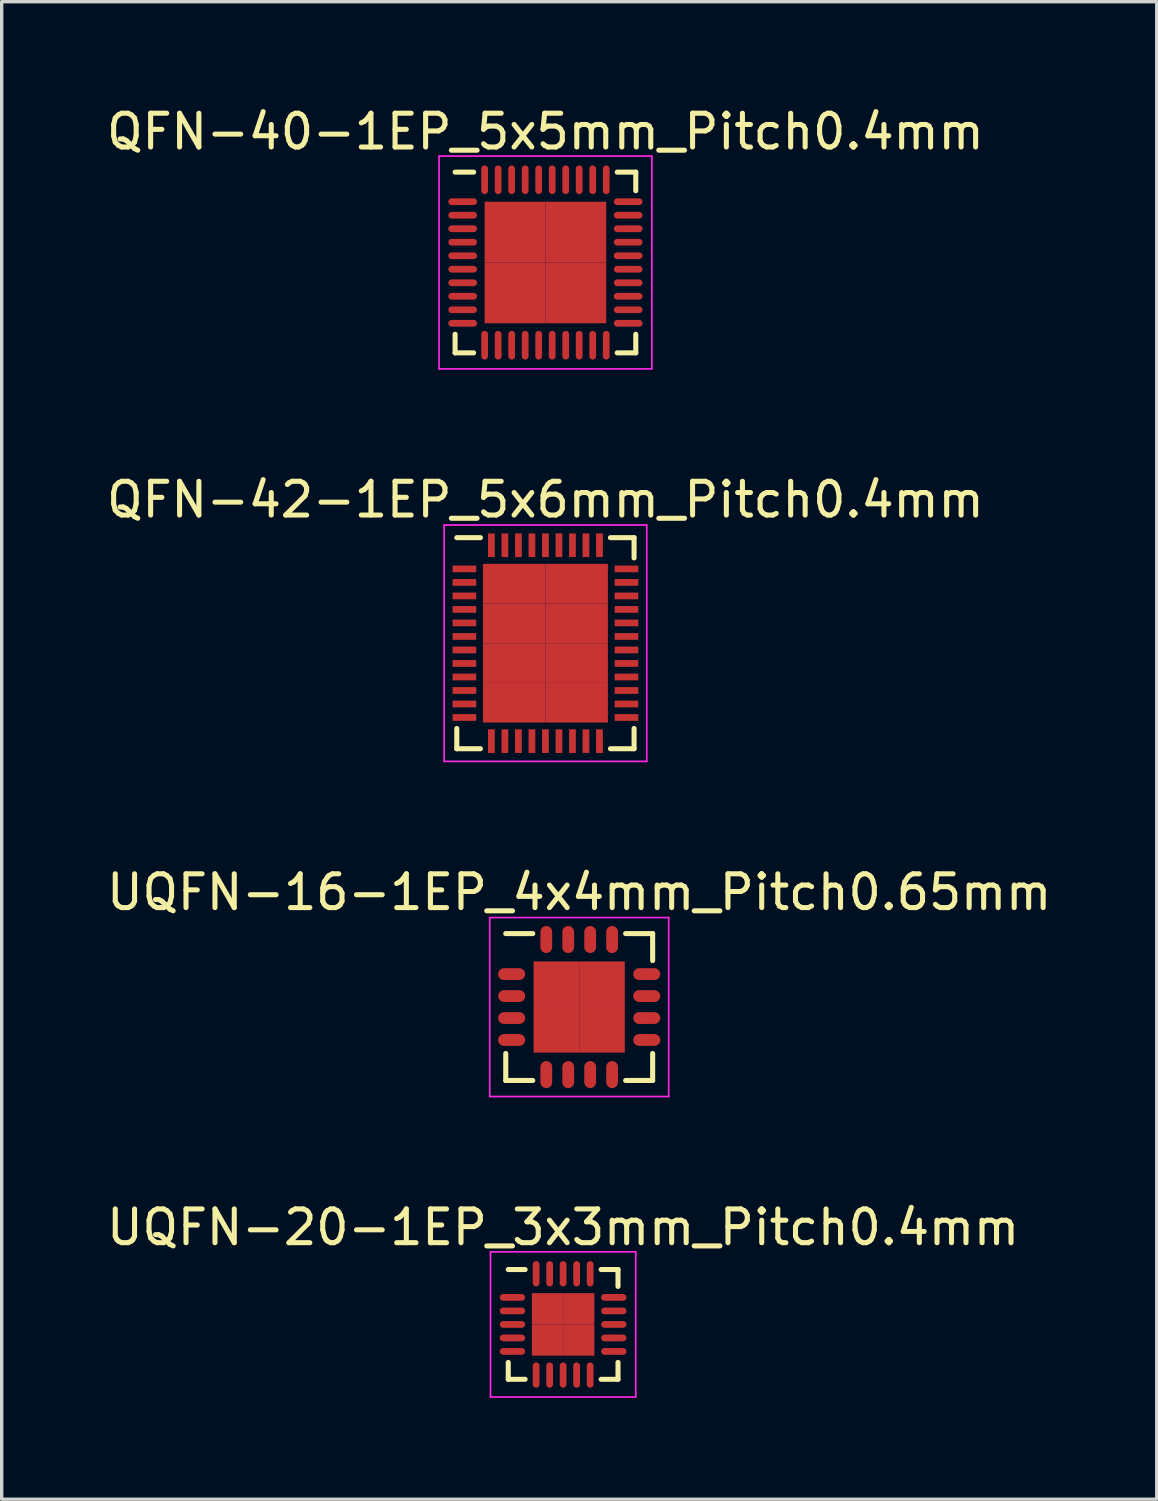
<source format=kicad_pcb>
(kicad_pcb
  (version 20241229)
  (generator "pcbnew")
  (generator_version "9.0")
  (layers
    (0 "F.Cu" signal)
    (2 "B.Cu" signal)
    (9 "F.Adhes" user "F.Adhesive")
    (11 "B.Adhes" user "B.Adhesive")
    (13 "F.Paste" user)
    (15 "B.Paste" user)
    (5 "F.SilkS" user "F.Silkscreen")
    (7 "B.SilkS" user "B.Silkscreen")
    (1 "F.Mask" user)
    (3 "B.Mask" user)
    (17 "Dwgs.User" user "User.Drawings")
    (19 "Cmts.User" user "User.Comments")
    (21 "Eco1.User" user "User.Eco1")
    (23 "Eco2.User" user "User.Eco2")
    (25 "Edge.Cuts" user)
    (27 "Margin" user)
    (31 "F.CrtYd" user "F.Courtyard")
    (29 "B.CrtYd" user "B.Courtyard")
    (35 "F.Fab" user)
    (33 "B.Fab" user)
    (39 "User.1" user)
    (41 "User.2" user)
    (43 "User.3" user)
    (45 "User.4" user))
  (footprint "QFN-42-1EP_5x6mm_Pitch0.4mm"
    (layer "F.Cu")
    (at 13.101 15.996)
    (property "Reference" "QFN-42-1EP_5x6mm_Pitch0.4mm" (at 0 -4.25 0) (layer "F.SilkS") (effects (font (size 1 1) (thickness 0.15))))
    (attr smd)
    (fp_line (start -2.625 -3.125) (end -1.925 -3.125) (stroke (width 0.15) (type solid)) (layer "F.SilkS"))
    (fp_line (start -2.625 3.125) (end -2.625 2.525) (stroke (width 0.15) (type solid)) (layer "F.SilkS"))
    (fp_line (start -2.625 3.125) (end -1.925 3.125) (stroke (width 0.15) (type solid)) (layer "F.SilkS"))
    (fp_line (start 2.625 -3.125) (end 1.925 -3.125) (stroke (width 0.15) (type solid)) (layer "F.SilkS"))
    (fp_line (start 2.625 -3.125) (end 2.625 -2.525) (stroke (width 0.15) (type solid)) (layer "F.SilkS"))
    (fp_line (start 2.625 3.125) (end 1.925 3.125) (stroke (width 0.15) (type solid)) (layer "F.SilkS"))
    (fp_line (start 2.625 3.125) (end 2.625 2.525) (stroke (width 0.15) (type solid)) (layer "F.SilkS"))
    (fp_line (start -3 -3.5) (end -3 3.5) (stroke (width 0.05) (type solid)) (layer "F.CrtYd"))
    (fp_line (start -3 -3.5) (end 3 -3.5) (stroke (width 0.05) (type solid)) (layer "F.CrtYd"))
    (fp_line (start -3 3.5) (end 3 3.5) (stroke (width 0.05) (type solid)) (layer "F.CrtYd"))
    (fp_line (start 3 -3.5) (end 3 3.5) (stroke (width 0.05) (type solid)) (layer "F.CrtYd"))
    (pad "1" smd rect (at -2.4 -2.2) (size 0.7 0.2) (layers "F.Cu" "F.Mask" "F.Paste"))
    (pad "2" smd rect (at -2.4 -1.8) (size 0.7 0.2) (layers "F.Cu" "F.Mask" "F.Paste"))
    (pad "3" smd rect (at -2.4 -1.4) (size 0.7 0.2) (layers "F.Cu" "F.Mask" "F.Paste"))
    (pad "4" smd rect (at -2.4 -1) (size 0.7 0.2) (layers "F.Cu" "F.Mask" "F.Paste"))
    (pad "5" smd rect (at -2.4 -0.6) (size 0.7 0.2) (layers "F.Cu" "F.Mask" "F.Paste"))
    (pad "6" smd rect (at -2.4 -0.2) (size 0.7 0.2) (layers "F.Cu" "F.Mask" "F.Paste"))
    (pad "7" smd rect (at -2.4 0.2) (size 0.7 0.2) (layers "F.Cu" "F.Mask" "F.Paste"))
    (pad "8" smd rect (at -2.4 0.6) (size 0.7 0.2) (layers "F.Cu" "F.Mask" "F.Paste"))
    (pad "9" smd rect (at -2.4 1) (size 0.7 0.2) (layers "F.Cu" "F.Mask" "F.Paste"))
    (pad "10" smd rect (at -2.4 1.4) (size 0.7 0.2) (layers "F.Cu" "F.Mask" "F.Paste"))
    (pad "11" smd rect (at -2.4 1.8) (size 0.7 0.2) (layers "F.Cu" "F.Mask" "F.Paste"))
    (pad "12" smd rect (at -2.4 2.2) (size 0.7 0.2) (layers "F.Cu" "F.Mask" "F.Paste"))
    (pad "13" smd rect (at -1.6 2.9 90) (size 0.7 0.2) (layers "F.Cu" "F.Mask" "F.Paste"))
    (pad "14" smd rect (at -1.2 2.9 90) (size 0.7 0.2) (layers "F.Cu" "F.Mask" "F.Paste"))
    (pad "15" smd rect (at -0.8 2.9 90) (size 0.7 0.2) (layers "F.Cu" "F.Mask" "F.Paste"))
    (pad "16" smd rect (at -0.4 2.9 90) (size 0.7 0.2) (layers "F.Cu" "F.Mask" "F.Paste"))
    (pad "17" smd rect (at 0 2.9 90) (size 0.7 0.2) (layers "F.Cu" "F.Mask" "F.Paste"))
    (pad "18" smd rect (at 0.4 2.9 90) (size 0.7 0.2) (layers "F.Cu" "F.Mask" "F.Paste"))
    (pad "19" smd rect (at 0.8 2.9 90) (size 0.7 0.2) (layers "F.Cu" "F.Mask" "F.Paste"))
    (pad "20" smd rect (at 1.2 2.9 90) (size 0.7 0.2) (layers "F.Cu" "F.Mask" "F.Paste"))
    (pad "21" smd rect (at 1.6 2.9 90) (size 0.7 0.2) (layers "F.Cu" "F.Mask" "F.Paste"))
    (pad "22" smd rect (at 2.4 2.2) (size 0.7 0.2) (layers "F.Cu" "F.Mask" "F.Paste"))
    (pad "23" smd rect (at 2.4 1.8) (size 0.7 0.2) (layers "F.Cu" "F.Mask" "F.Paste"))
    (pad "24" smd rect (at 2.4 1.4) (size 0.7 0.2) (layers "F.Cu" "F.Mask" "F.Paste"))
    (pad "25" smd rect (at 2.4 1) (size 0.7 0.2) (layers "F.Cu" "F.Mask" "F.Paste"))
    (pad "26" smd rect (at 2.4 0.6) (size 0.7 0.2) (layers "F.Cu" "F.Mask" "F.Paste"))
    (pad "27" smd rect (at 2.4 0.2) (size 0.7 0.2) (layers "F.Cu" "F.Mask" "F.Paste"))
    (pad "28" smd rect (at 2.4 -0.2) (size 0.7 0.2) (layers "F.Cu" "F.Mask" "F.Paste"))
    (pad "29" smd rect (at 2.4 -0.6) (size 0.7 0.2) (layers "F.Cu" "F.Mask" "F.Paste"))
    (pad "30" smd rect (at 2.4 -1) (size 0.7 0.2) (layers "F.Cu" "F.Mask" "F.Paste"))
    (pad "31" smd rect (at 2.4 -1.4) (size 0.7 0.2) (layers "F.Cu" "F.Mask" "F.Paste"))
    (pad "32" smd rect (at 2.4 -1.8) (size 0.7 0.2) (layers "F.Cu" "F.Mask" "F.Paste"))
    (pad "33" smd rect (at 2.4 -2.2) (size 0.7 0.2) (layers "F.Cu" "F.Mask" "F.Paste"))
    (pad "34" smd rect (at 1.6 -2.9 90) (size 0.7 0.2) (layers "F.Cu" "F.Mask" "F.Paste"))
    (pad "35" smd rect (at 1.2 -2.9 90) (size 0.7 0.2) (layers "F.Cu" "F.Mask" "F.Paste"))
    (pad "36" smd rect (at 0.8 -2.9 90) (size 0.7 0.2) (layers "F.Cu" "F.Mask" "F.Paste"))
    (pad "37" smd rect (at 0.4 -2.9 90) (size 0.7 0.2) (layers "F.Cu" "F.Mask" "F.Paste"))
    (pad "38" smd rect (at 0 -2.9 90) (size 0.7 0.2) (layers "F.Cu" "F.Mask" "F.Paste"))
    (pad "39" smd rect (at -0.4 -2.9 90) (size 0.7 0.2) (layers "F.Cu" "F.Mask" "F.Paste"))
    (pad "40" smd rect (at -0.8 -2.9 90) (size 0.7 0.2) (layers "F.Cu" "F.Mask" "F.Paste"))
    (pad "41" smd rect (at -1.2 -2.9 90) (size 0.7 0.2) (layers "F.Cu" "F.Mask" "F.Paste"))
    (pad "42" smd rect (at -1.6 -2.9 90) (size 0.7 0.2) (layers "F.Cu" "F.Mask" "F.Paste"))
    (pad "43" smd rect (at -0.925 -1.762) (size 1.85 1.175) (layers "F.Cu" "F.Mask" "F.Paste"))
    (pad "43" smd rect (at -0.925 -0.588) (size 1.85 1.175) (layers "F.Cu" "F.Mask" "F.Paste"))
    (pad "43" smd rect (at -0.925 0.588) (size 1.85 1.175) (layers "F.Cu" "F.Mask" "F.Paste"))
    (pad "43" smd rect (at -0.925 1.762) (size 1.85 1.175) (layers "F.Cu" "F.Mask" "F.Paste"))
    (pad "43" smd rect (at 0.925 -1.762) (size 1.85 1.175) (layers "F.Cu" "F.Mask" "F.Paste"))
    (pad "43" smd rect (at 0.925 -0.588) (size 1.85 1.175) (layers "F.Cu" "F.Mask" "F.Paste"))
    (pad "43" smd rect (at 0.925 0.588) (size 1.85 1.175) (layers "F.Cu" "F.Mask" "F.Paste"))
    (pad "43" smd rect (at 0.925 1.762) (size 1.85 1.175) (layers "F.Cu" "F.Mask" "F.Paste")))
  (footprint "UQFN-16-1EP_4x4mm_Pitch0.65mm"
    (layer "F.Cu")
    (at 14.101 26.77)
    (property "Reference" "UQFN-16-1EP_4x4mm_Pitch0.65mm" (at 0 -3.4 0) (layer "F.SilkS") (effects (font (size 1 1) (thickness 0.15))))
    (attr smd)
    (fp_line (start -2.175 -2.175) (end -1.375 -2.175) (stroke (width 0.15) (type solid)) (layer "F.SilkS"))
    (fp_line (start -2.175 2.175) (end -2.175 1.375) (stroke (width 0.15) (type solid)) (layer "F.SilkS"))
    (fp_line (start -2.175 2.175) (end -1.375 2.175) (stroke (width 0.15) (type solid)) (layer "F.SilkS"))
    (fp_line (start 2.175 -2.175) (end 1.375 -2.175) (stroke (width 0.15) (type solid)) (layer "F.SilkS"))
    (fp_line (start 2.175 -2.175) (end 2.175 -1.375) (stroke (width 0.15) (type solid)) (layer "F.SilkS"))
    (fp_line (start 2.175 2.175) (end 1.375 2.175) (stroke (width 0.15) (type solid)) (layer "F.SilkS"))
    (fp_line (start 2.175 2.175) (end 2.175 1.375) (stroke (width 0.15) (type solid)) (layer "F.SilkS"))
    (fp_line (start -2.65 -2.65) (end -2.65 2.65) (stroke (width 0.05) (type solid)) (layer "F.CrtYd"))
    (fp_line (start -2.65 -2.65) (end 2.65 -2.65) (stroke (width 0.05) (type solid)) (layer "F.CrtYd"))
    (fp_line (start -2.65 2.65) (end 2.65 2.65) (stroke (width 0.05) (type solid)) (layer "F.CrtYd"))
    (fp_line (start 2.65 -2.65) (end 2.65 2.65) (stroke (width 0.05) (type solid)) (layer "F.CrtYd"))
    (pad "1" smd oval (at -2 -0.975) (size 0.8 0.35) (layers "F.Cu" "F.Mask" "F.Paste"))
    (pad "2" smd oval (at -2 -0.325) (size 0.8 0.35) (layers "F.Cu" "F.Mask" "F.Paste"))
    (pad "3" smd oval (at -2 0.325) (size 0.8 0.35) (layers "F.Cu" "F.Mask" "F.Paste"))
    (pad "4" smd oval (at -2 0.975) (size 0.8 0.35) (layers "F.Cu" "F.Mask" "F.Paste"))
    (pad "5" smd oval (at -0.975 2 90) (size 0.8 0.35) (layers "F.Cu" "F.Mask" "F.Paste"))
    (pad "6" smd oval (at -0.325 2 90) (size 0.8 0.35) (layers "F.Cu" "F.Mask" "F.Paste"))
    (pad "7" smd oval (at 0.325 2 90) (size 0.8 0.35) (layers "F.Cu" "F.Mask" "F.Paste"))
    (pad "8" smd oval (at 0.975 2 90) (size 0.8 0.35) (layers "F.Cu" "F.Mask" "F.Paste"))
    (pad "9" smd oval (at 2 0.975) (size 0.8 0.35) (layers "F.Cu" "F.Mask" "F.Paste"))
    (pad "10" smd oval (at 2 0.325) (size 0.8 0.35) (layers "F.Cu" "F.Mask" "F.Paste"))
    (pad "11" smd oval (at 2 -0.325) (size 0.8 0.35) (layers "F.Cu" "F.Mask" "F.Paste"))
    (pad "12" smd oval (at 2 -0.975) (size 0.8 0.35) (layers "F.Cu" "F.Mask" "F.Paste"))
    (pad "13" smd oval (at 0.975 -2 90) (size 0.8 0.35) (layers "F.Cu" "F.Mask" "F.Paste"))
    (pad "14" smd oval (at 0.325 -2 90) (size 0.8 0.35) (layers "F.Cu" "F.Mask" "F.Paste"))
    (pad "15" smd oval (at -0.325 -2 90) (size 0.8 0.35) (layers "F.Cu" "F.Mask" "F.Paste"))
    (pad "16" smd oval (at -0.975 -2 90) (size 0.8 0.35) (layers "F.Cu" "F.Mask" "F.Paste"))
    (pad "17" smd rect (at -0.675 -0.675) (size 1.35 1.35) (layers "F.Cu" "F.Mask" "F.Paste"))
    (pad "17" smd rect (at -0.675 0.675) (size 1.35 1.35) (layers "F.Cu" "F.Mask" "F.Paste"))
    (pad "17" smd rect (at 0.675 -0.675) (size 1.35 1.35) (layers "F.Cu" "F.Mask" "F.Paste"))
    (pad "17" smd rect (at 0.675 0.675) (size 1.35 1.35) (layers "F.Cu" "F.Mask" "F.Paste")))
  (footprint "QFN-40-1EP_5x5mm_Pitch0.4mm"
    (layer "F.Cu")
    (at 13.101 4.723)
    (property "Reference" "QFN-40-1EP_5x5mm_Pitch0.4mm" (at 0 -3.875 0) (layer "F.SilkS") (effects (font (size 1 1) (thickness 0.15))))
    (attr smd)
    (fp_line (start -2.675 -2.675) (end -2.125 -2.675) (stroke (width 0.15) (type solid)) (layer "F.SilkS"))
    (fp_line (start -2.675 2.675) (end -2.675 2.125) (stroke (width 0.15) (type solid)) (layer "F.SilkS"))
    (fp_line (start -2.675 2.675) (end -2.125 2.675) (stroke (width 0.15) (type solid)) (layer "F.SilkS"))
    (fp_line (start 2.675 -2.675) (end 2.125 -2.675) (stroke (width 0.15) (type solid)) (layer "F.SilkS"))
    (fp_line (start 2.675 -2.675) (end 2.675 -2.125) (stroke (width 0.15) (type solid)) (layer "F.SilkS"))
    (fp_line (start 2.675 2.675) (end 2.125 2.675) (stroke (width 0.15) (type solid)) (layer "F.SilkS"))
    (fp_line (start 2.675 2.675) (end 2.675 2.125) (stroke (width 0.15) (type solid)) (layer "F.SilkS"))
    (fp_line (start -3.15 -3.15) (end -3.15 3.15) (stroke (width 0.05) (type solid)) (layer "F.CrtYd"))
    (fp_line (start -3.15 -3.15) (end 3.15 -3.15) (stroke (width 0.05) (type solid)) (layer "F.CrtYd"))
    (fp_line (start -3.15 3.15) (end 3.15 3.15) (stroke (width 0.05) (type solid)) (layer "F.CrtYd"))
    (fp_line (start 3.15 -3.15) (end 3.15 3.15) (stroke (width 0.05) (type solid)) (layer "F.CrtYd"))
    (pad "1" smd oval (at -2.45 -1.8) (size 0.85 0.2) (layers "F.Cu" "F.Mask" "F.Paste"))
    (pad "2" smd oval (at -2.45 -1.4) (size 0.85 0.2) (layers "F.Cu" "F.Mask" "F.Paste"))
    (pad "3" smd oval (at -2.45 -1) (size 0.85 0.2) (layers "F.Cu" "F.Mask" "F.Paste"))
    (pad "4" smd oval (at -2.45 -0.6) (size 0.85 0.2) (layers "F.Cu" "F.Mask" "F.Paste"))
    (pad "5" smd oval (at -2.45 -0.2) (size 0.85 0.2) (layers "F.Cu" "F.Mask" "F.Paste"))
    (pad "6" smd oval (at -2.45 0.2) (size 0.85 0.2) (layers "F.Cu" "F.Mask" "F.Paste"))
    (pad "7" smd oval (at -2.45 0.6) (size 0.85 0.2) (layers "F.Cu" "F.Mask" "F.Paste"))
    (pad "8" smd oval (at -2.45 1) (size 0.85 0.2) (layers "F.Cu" "F.Mask" "F.Paste"))
    (pad "9" smd oval (at -2.45 1.4) (size 0.85 0.2) (layers "F.Cu" "F.Mask" "F.Paste"))
    (pad "10" smd oval (at -2.45 1.8) (size 0.85 0.2) (layers "F.Cu" "F.Mask" "F.Paste"))
    (pad "11" smd oval (at -1.8 2.45 90) (size 0.85 0.2) (layers "F.Cu" "F.Mask" "F.Paste"))
    (pad "12" smd oval (at -1.4 2.45 90) (size 0.85 0.2) (layers "F.Cu" "F.Mask" "F.Paste"))
    (pad "13" smd oval (at -1 2.45 90) (size 0.85 0.2) (layers "F.Cu" "F.Mask" "F.Paste"))
    (pad "14" smd oval (at -0.6 2.45 90) (size 0.85 0.2) (layers "F.Cu" "F.Mask" "F.Paste"))
    (pad "15" smd oval (at -0.2 2.45 90) (size 0.85 0.2) (layers "F.Cu" "F.Mask" "F.Paste"))
    (pad "16" smd oval (at 0.2 2.45 90) (size 0.85 0.2) (layers "F.Cu" "F.Mask" "F.Paste"))
    (pad "17" smd oval (at 0.6 2.45 90) (size 0.85 0.2) (layers "F.Cu" "F.Mask" "F.Paste"))
    (pad "18" smd oval (at 1 2.45 90) (size 0.85 0.2) (layers "F.Cu" "F.Mask" "F.Paste"))
    (pad "19" smd oval (at 1.4 2.45 90) (size 0.85 0.2) (layers "F.Cu" "F.Mask" "F.Paste"))
    (pad "20" smd oval (at 1.8 2.45 90) (size 0.85 0.2) (layers "F.Cu" "F.Mask" "F.Paste"))
    (pad "21" smd oval (at 2.45 1.8) (size 0.85 0.2) (layers "F.Cu" "F.Mask" "F.Paste"))
    (pad "22" smd oval (at 2.45 1.4) (size 0.85 0.2) (layers "F.Cu" "F.Mask" "F.Paste"))
    (pad "23" smd oval (at 2.45 1) (size 0.85 0.2) (layers "F.Cu" "F.Mask" "F.Paste"))
    (pad "24" smd oval (at 2.45 0.6) (size 0.85 0.2) (layers "F.Cu" "F.Mask" "F.Paste"))
    (pad "25" smd oval (at 2.45 0.2) (size 0.85 0.2) (layers "F.Cu" "F.Mask" "F.Paste"))
    (pad "26" smd oval (at 2.45 -0.2) (size 0.85 0.2) (layers "F.Cu" "F.Mask" "F.Paste"))
    (pad "27" smd oval (at 2.45 -0.6) (size 0.85 0.2) (layers "F.Cu" "F.Mask" "F.Paste"))
    (pad "28" smd oval (at 2.45 -1) (size 0.85 0.2) (layers "F.Cu" "F.Mask" "F.Paste"))
    (pad "29" smd oval (at 2.45 -1.4) (size 0.85 0.2) (layers "F.Cu" "F.Mask" "F.Paste"))
    (pad "30" smd oval (at 2.45 -1.8) (size 0.85 0.2) (layers "F.Cu" "F.Mask" "F.Paste"))
    (pad "31" smd oval (at 1.8 -2.45 90) (size 0.85 0.2) (layers "F.Cu" "F.Mask" "F.Paste"))
    (pad "32" smd oval (at 1.4 -2.45 90) (size 0.85 0.2) (layers "F.Cu" "F.Mask" "F.Paste"))
    (pad "33" smd oval (at 1 -2.45 90) (size 0.85 0.2) (layers "F.Cu" "F.Mask" "F.Paste"))
    (pad "34" smd oval (at 0.6 -2.45 90) (size 0.85 0.2) (layers "F.Cu" "F.Mask" "F.Paste"))
    (pad "35" smd oval (at 0.2 -2.45 90) (size 0.85 0.2) (layers "F.Cu" "F.Mask" "F.Paste"))
    (pad "36" smd oval (at -0.2 -2.45 90) (size 0.85 0.2) (layers "F.Cu" "F.Mask" "F.Paste"))
    (pad "37" smd oval (at -0.6 -2.45 90) (size 0.85 0.2) (layers "F.Cu" "F.Mask" "F.Paste"))
    (pad "38" smd oval (at -1 -2.45 90) (size 0.85 0.2) (layers "F.Cu" "F.Mask" "F.Paste"))
    (pad "39" smd oval (at -1.4 -2.45 90) (size 0.85 0.2) (layers "F.Cu" "F.Mask" "F.Paste"))
    (pad "40" smd oval (at -1.8 -2.45 90) (size 0.85 0.2) (layers "F.Cu" "F.Mask" "F.Paste"))
    (pad "41" smd rect (at -0.9 -0.9) (size 1.8 1.8) (layers "F.Cu" "F.Mask" "F.Paste"))
    (pad "41" smd rect (at -0.9 0.9) (size 1.8 1.8) (layers "F.Cu" "F.Mask" "F.Paste"))
    (pad "41" smd rect (at 0.9 -0.9) (size 1.8 1.8) (layers "F.Cu" "F.Mask" "F.Paste"))
    (pad "41" smd rect (at 0.9 0.9) (size 1.8 1.8) (layers "F.Cu" "F.Mask" "F.Paste")))
  (footprint "UQFN-20-1EP_3x3mm_Pitch0.4mm"
    (layer "F.Cu")
    (at 13.625 36.168)
    (property "Reference" "UQFN-20-1EP_3x3mm_Pitch0.4mm" (at 0 -2.875 0) (layer "F.SilkS") (effects (font (size 1 1) (thickness 0.15))))
    (attr smd)
    (fp_line (start -1.625 -1.625) (end -1.125 -1.625) (stroke (width 0.15) (type solid)) (layer "F.SilkS"))
    (fp_line (start -1.625 1.625) (end -1.625 1.125) (stroke (width 0.15) (type solid)) (layer "F.SilkS"))
    (fp_line (start -1.625 1.625) (end -1.125 1.625) (stroke (width 0.15) (type solid)) (layer "F.SilkS"))
    (fp_line (start 1.625 -1.625) (end 1.125 -1.625) (stroke (width 0.15) (type solid)) (layer "F.SilkS"))
    (fp_line (start 1.625 -1.625) (end 1.625 -1.125) (stroke (width 0.15) (type solid)) (layer "F.SilkS"))
    (fp_line (start 1.625 1.625) (end 1.125 1.625) (stroke (width 0.15) (type solid)) (layer "F.SilkS"))
    (fp_line (start 1.625 1.625) (end 1.625 1.125) (stroke (width 0.15) (type solid)) (layer "F.SilkS"))
    (fp_line (start -2.15 -2.15) (end -2.15 2.15) (stroke (width 0.05) (type solid)) (layer "F.CrtYd"))
    (fp_line (start -2.15 -2.15) (end 2.15 -2.15) (stroke (width 0.05) (type solid)) (layer "F.CrtYd"))
    (fp_line (start -2.15 2.15) (end 2.15 2.15) (stroke (width 0.05) (type solid)) (layer "F.CrtYd"))
    (fp_line (start 2.15 -2.15) (end 2.15 2.15) (stroke (width 0.05) (type solid)) (layer "F.CrtYd"))
    (pad "1" smd oval (at -1.5 -0.8) (size 0.75 0.2) (layers "F.Cu" "F.Mask" "F.Paste"))
    (pad "2" smd oval (at -1.5 -0.4) (size 0.75 0.2) (layers "F.Cu" "F.Mask" "F.Paste"))
    (pad "3" smd oval (at -1.5 0) (size 0.75 0.2) (layers "F.Cu" "F.Mask" "F.Paste"))
    (pad "4" smd oval (at -1.5 0.4) (size 0.75 0.2) (layers "F.Cu" "F.Mask" "F.Paste"))
    (pad "5" smd oval (at -1.5 0.8) (size 0.75 0.2) (layers "F.Cu" "F.Mask" "F.Paste"))
    (pad "6" smd oval (at -0.8 1.5 90) (size 0.75 0.2) (layers "F.Cu" "F.Mask" "F.Paste"))
    (pad "7" smd oval (at -0.4 1.5 90) (size 0.75 0.2) (layers "F.Cu" "F.Mask" "F.Paste"))
    (pad "8" smd oval (at 0 1.5 90) (size 0.75 0.2) (layers "F.Cu" "F.Mask" "F.Paste"))
    (pad "9" smd oval (at 0.4 1.5 90) (size 0.75 0.2) (layers "F.Cu" "F.Mask" "F.Paste"))
    (pad "10" smd oval (at 0.8 1.5 90) (size 0.75 0.2) (layers "F.Cu" "F.Mask" "F.Paste"))
    (pad "11" smd oval (at 1.5 0.8) (size 0.75 0.2) (layers "F.Cu" "F.Mask" "F.Paste"))
    (pad "12" smd oval (at 1.5 0.4) (size 0.75 0.2) (layers "F.Cu" "F.Mask" "F.Paste"))
    (pad "13" smd oval (at 1.5 0) (size 0.75 0.2) (layers "F.Cu" "F.Mask" "F.Paste"))
    (pad "14" smd oval (at 1.5 -0.4) (size 0.75 0.2) (layers "F.Cu" "F.Mask" "F.Paste"))
    (pad "15" smd oval (at 1.5 -0.8) (size 0.75 0.2) (layers "F.Cu" "F.Mask" "F.Paste"))
    (pad "16" smd oval (at 0.8 -1.5 90) (size 0.75 0.2) (layers "F.Cu" "F.Mask" "F.Paste"))
    (pad "17" smd oval (at 0.4 -1.5 90) (size 0.75 0.2) (layers "F.Cu" "F.Mask" "F.Paste"))
    (pad "18" smd oval (at 0 -1.5 90) (size 0.75 0.2) (layers "F.Cu" "F.Mask" "F.Paste"))
    (pad "19" smd oval (at -0.4 -1.5 90) (size 0.75 0.2) (layers "F.Cu" "F.Mask" "F.Paste"))
    (pad "20" smd oval (at -0.8 -1.5 90) (size 0.75 0.2) (layers "F.Cu" "F.Mask" "F.Paste"))
    (pad "21" smd rect (at -0.463 -0.463) (size 0.925 0.925) (layers "F.Cu" "F.Mask" "F.Paste"))
    (pad "21" smd rect (at -0.463 0.463) (size 0.925 0.925) (layers "F.Cu" "F.Mask" "F.Paste"))
    (pad "21" smd rect (at 0.463 -0.463) (size 0.925 0.925) (layers "F.Cu" "F.Mask" "F.Paste"))
    (pad "21" smd rect (at 0.463 0.463) (size 0.925 0.925) (layers "F.Cu" "F.Mask" "F.Paste")))
  (gr_rect
    (start -3 -3)
    (end 31.202 41.343)
    (stroke (width 0.1) (type default))
    (fill no)
    (layer "Edge.Cuts")))
</source>
